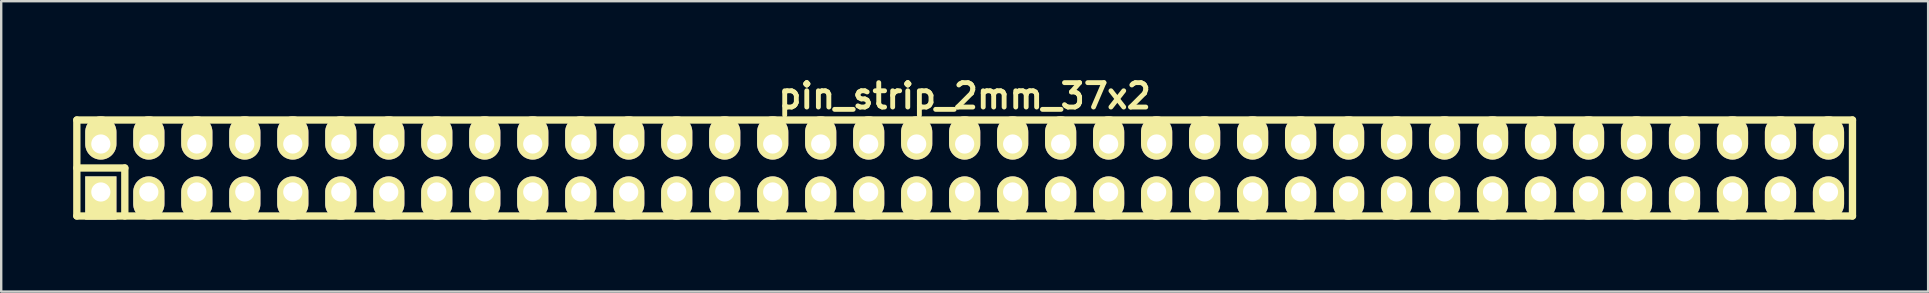
<source format=kicad_pcb>
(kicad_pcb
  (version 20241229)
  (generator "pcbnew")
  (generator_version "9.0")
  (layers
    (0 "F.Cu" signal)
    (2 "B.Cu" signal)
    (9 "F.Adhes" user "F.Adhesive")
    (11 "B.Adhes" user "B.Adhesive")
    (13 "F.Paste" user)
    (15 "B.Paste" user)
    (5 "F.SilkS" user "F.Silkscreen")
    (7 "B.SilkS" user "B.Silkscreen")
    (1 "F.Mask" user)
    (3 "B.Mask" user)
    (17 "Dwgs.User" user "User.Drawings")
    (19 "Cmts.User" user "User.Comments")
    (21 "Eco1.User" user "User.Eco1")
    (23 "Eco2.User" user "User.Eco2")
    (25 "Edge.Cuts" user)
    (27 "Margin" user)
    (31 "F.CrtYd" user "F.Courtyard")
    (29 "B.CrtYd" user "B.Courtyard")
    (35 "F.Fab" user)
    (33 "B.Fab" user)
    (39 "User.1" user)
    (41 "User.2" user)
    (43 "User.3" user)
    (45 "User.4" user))
  (footprint "pin_strip_2mm_37x2"
    (layer "F.Cu")
    (at 37.152 3.951)
    (property "Reference" "pin_strip_2mm_37x2" (at 0 -3 0) (layer "F.SilkS") (effects (font (size 1.016 1.016) (thickness 0.203))))
    (attr through_hole)
    (fp_line (start -37 -2) (end 37 -2) (stroke (width 0.305) (type solid)) (layer "F.SilkS"))
    (fp_line (start -37 0) (end -35 0) (stroke (width 0.305) (type solid)) (layer "F.SilkS"))
    (fp_line (start -37 2) (end -37 -2) (stroke (width 0.305) (type solid)) (layer "F.SilkS"))
    (fp_line (start -35 0) (end -35 2) (stroke (width 0.305) (type solid)) (layer "F.SilkS"))
    (fp_line (start 37 -2) (end 37 2) (stroke (width 0.305) (type solid)) (layer "F.SilkS"))
    (fp_line (start 37 2) (end -37 2) (stroke (width 0.305) (type solid)) (layer "F.SilkS"))
    (pad "1" thru_hole rect (at -36 1) (size 1.3 1.8) (drill 0.8 (offset 0 0.25)) (layers "*.Cu" "*.Mask" "F.SilkS"))
    (pad "2" thru_hole oval (at -36 -1) (size 1.3 1.8) (drill 0.8 (offset 0 -0.25)) (layers "*.Cu" "*.Mask" "F.SilkS"))
    (pad "3" thru_hole oval (at -34 1) (size 1.3 1.8) (drill 0.8 (offset 0 0.25)) (layers "*.Cu" "*.Mask" "F.SilkS"))
    (pad "4" thru_hole oval (at -34 -1) (size 1.3 1.8) (drill 0.8 (offset 0 -0.25)) (layers "*.Cu" "*.Mask" "F.SilkS"))
    (pad "5" thru_hole oval (at -32 1) (size 1.3 1.8) (drill 0.8 (offset 0 0.25)) (layers "*.Cu" "*.Mask" "F.SilkS"))
    (pad "6" thru_hole oval (at -32 -1) (size 1.3 1.8) (drill 0.8 (offset 0 -0.25)) (layers "*.Cu" "*.Mask" "F.SilkS"))
    (pad "7" thru_hole oval (at -30 1) (size 1.3 1.8) (drill 0.8 (offset 0 0.25)) (layers "*.Cu" "*.Mask" "F.SilkS"))
    (pad "8" thru_hole oval (at -30 -1) (size 1.3 1.8) (drill 0.8 (offset 0 -0.25)) (layers "*.Cu" "*.Mask" "F.SilkS"))
    (pad "9" thru_hole oval (at -28 1) (size 1.3 1.8) (drill 0.8 (offset 0 0.25)) (layers "*.Cu" "*.Mask" "F.SilkS"))
    (pad "10" thru_hole oval (at -28 -1) (size 1.3 1.8) (drill 0.8 (offset 0 -0.25)) (layers "*.Cu" "*.Mask" "F.SilkS"))
    (pad "11" thru_hole oval (at -26 1) (size 1.3 1.8) (drill 0.8 (offset 0 0.25)) (layers "*.Cu" "*.Mask" "F.SilkS"))
    (pad "12" thru_hole oval (at -26 -1) (size 1.3 1.8) (drill 0.8 (offset 0 -0.25)) (layers "*.Cu" "*.Mask" "F.SilkS"))
    (pad "13" thru_hole oval (at -24 1) (size 1.3 1.8) (drill 0.8 (offset 0 0.25)) (layers "*.Cu" "*.Mask" "F.SilkS"))
    (pad "14" thru_hole oval (at -24 -1) (size 1.3 1.8) (drill 0.8 (offset 0 -0.25)) (layers "*.Cu" "*.Mask" "F.SilkS"))
    (pad "15" thru_hole oval (at -22 1) (size 1.3 1.8) (drill 0.8 (offset 0 0.25)) (layers "*.Cu" "*.Mask" "F.SilkS"))
    (pad "16" thru_hole oval (at -22 -1) (size 1.3 1.8) (drill 0.8 (offset 0 -0.25)) (layers "*.Cu" "*.Mask" "F.SilkS"))
    (pad "17" thru_hole oval (at -20 1) (size 1.3 1.8) (drill 0.8 (offset 0 0.25)) (layers "*.Cu" "*.Mask" "F.SilkS"))
    (pad "18" thru_hole oval (at -20 -1) (size 1.3 1.8) (drill 0.8 (offset 0 -0.25)) (layers "*.Cu" "*.Mask" "F.SilkS"))
    (pad "19" thru_hole oval (at -18 1) (size 1.3 1.8) (drill 0.8 (offset 0 0.25)) (layers "*.Cu" "*.Mask" "F.SilkS"))
    (pad "20" thru_hole oval (at -18 -1) (size 1.3 1.8) (drill 0.8 (offset 0 -0.25)) (layers "*.Cu" "*.Mask" "F.SilkS"))
    (pad "21" thru_hole oval (at -16 1) (size 1.3 1.8) (drill 0.8 (offset 0 0.25)) (layers "*.Cu" "*.Mask" "F.SilkS"))
    (pad "22" thru_hole oval (at -16 -1) (size 1.3 1.8) (drill 0.8 (offset 0 -0.25)) (layers "*.Cu" "*.Mask" "F.SilkS"))
    (pad "23" thru_hole oval (at -14 1) (size 1.3 1.8) (drill 0.8 (offset 0 0.25)) (layers "*.Cu" "*.Mask" "F.SilkS"))
    (pad "24" thru_hole oval (at -14 -1) (size 1.3 1.8) (drill 0.8 (offset 0 -0.25)) (layers "*.Cu" "*.Mask" "F.SilkS"))
    (pad "25" thru_hole oval (at -12 1) (size 1.3 1.8) (drill 0.8 (offset 0 0.25)) (layers "*.Cu" "*.Mask" "F.SilkS"))
    (pad "26" thru_hole oval (at -12 -1) (size 1.3 1.8) (drill 0.8 (offset 0 -0.25)) (layers "*.Cu" "*.Mask" "F.SilkS"))
    (pad "27" thru_hole oval (at -10 1) (size 1.3 1.8) (drill 0.8 (offset 0 0.25)) (layers "*.Cu" "*.Mask" "F.SilkS"))
    (pad "28" thru_hole oval (at -10 -1) (size 1.3 1.8) (drill 0.8 (offset 0 -0.25)) (layers "*.Cu" "*.Mask" "F.SilkS"))
    (pad "29" thru_hole oval (at -8 1) (size 1.3 1.8) (drill 0.8 (offset 0 0.25)) (layers "*.Cu" "*.Mask" "F.SilkS"))
    (pad "30" thru_hole oval (at -8 -1) (size 1.3 1.8) (drill 0.8 (offset 0 -0.25)) (layers "*.Cu" "*.Mask" "F.SilkS"))
    (pad "31" thru_hole oval (at -6 1) (size 1.3 1.8) (drill 0.8 (offset 0 0.25)) (layers "*.Cu" "*.Mask" "F.SilkS"))
    (pad "32" thru_hole oval (at -6 -1) (size 1.3 1.8) (drill 0.8 (offset 0 -0.25)) (layers "*.Cu" "*.Mask" "F.SilkS"))
    (pad "33" thru_hole oval (at -4 1) (size 1.3 1.8) (drill 0.8 (offset 0 0.25)) (layers "*.Cu" "*.Mask" "F.SilkS"))
    (pad "34" thru_hole oval (at -4 -1) (size 1.3 1.8) (drill 0.8 (offset 0 -0.25)) (layers "*.Cu" "*.Mask" "F.SilkS"))
    (pad "35" thru_hole oval (at -2 1) (size 1.3 1.8) (drill 0.8 (offset 0 0.25)) (layers "*.Cu" "*.Mask" "F.SilkS"))
    (pad "36" thru_hole oval (at -2 -1) (size 1.3 1.8) (drill 0.8 (offset 0 -0.25)) (layers "*.Cu" "*.Mask" "F.SilkS"))
    (pad "37" thru_hole oval (at 0 1) (size 1.3 1.8) (drill 0.8 (offset 0 0.25)) (layers "*.Cu" "*.Mask" "F.SilkS"))
    (pad "38" thru_hole oval (at 0 -1) (size 1.3 1.8) (drill 0.8 (offset 0 -0.25)) (layers "*.Cu" "*.Mask" "F.SilkS"))
    (pad "39" thru_hole oval (at 2 1) (size 1.3 1.8) (drill 0.8 (offset 0 0.25)) (layers "*.Cu" "*.Mask" "F.SilkS"))
    (pad "40" thru_hole oval (at 2 -1) (size 1.3 1.8) (drill 0.8 (offset 0 -0.25)) (layers "*.Cu" "*.Mask" "F.SilkS"))
    (pad "41" thru_hole oval (at 4 1) (size 1.3 1.8) (drill 0.8 (offset 0 0.25)) (layers "*.Cu" "*.Mask" "F.SilkS"))
    (pad "42" thru_hole oval (at 4 -1) (size 1.3 1.8) (drill 0.8 (offset 0 -0.25)) (layers "*.Cu" "*.Mask" "F.SilkS"))
    (pad "43" thru_hole oval (at 6 1) (size 1.3 1.8) (drill 0.8 (offset 0 0.25)) (layers "*.Cu" "*.Mask" "F.SilkS"))
    (pad "44" thru_hole oval (at 6 -1) (size 1.3 1.8) (drill 0.8 (offset 0 -0.25)) (layers "*.Cu" "*.Mask" "F.SilkS"))
    (pad "45" thru_hole oval (at 8 1) (size 1.3 1.8) (drill 0.8 (offset 0 0.25)) (layers "*.Cu" "*.Mask" "F.SilkS"))
    (pad "46" thru_hole oval (at 8 -1) (size 1.3 1.8) (drill 0.8 (offset 0 -0.25)) (layers "*.Cu" "*.Mask" "F.SilkS"))
    (pad "47" thru_hole oval (at 10 1) (size 1.3 1.8) (drill 0.8 (offset 0 0.25)) (layers "*.Cu" "*.Mask" "F.SilkS"))
    (pad "48" thru_hole oval (at 10 -1) (size 1.3 1.8) (drill 0.8 (offset 0 -0.25)) (layers "*.Cu" "*.Mask" "F.SilkS"))
    (pad "49" thru_hole oval (at 12 1) (size 1.3 1.8) (drill 0.8 (offset 0 0.25)) (layers "*.Cu" "*.Mask" "F.SilkS"))
    (pad "50" thru_hole oval (at 12 -1) (size 1.3 1.8) (drill 0.8 (offset 0 -0.25)) (layers "*.Cu" "*.Mask" "F.SilkS"))
    (pad "51" thru_hole oval (at 14 1) (size 1.3 1.8) (drill 0.8 (offset 0 0.25)) (layers "*.Cu" "*.Mask" "F.SilkS"))
    (pad "52" thru_hole oval (at 14 -1) (size 1.3 1.8) (drill 0.8 (offset 0 -0.25)) (layers "*.Cu" "*.Mask" "F.SilkS"))
    (pad "53" thru_hole oval (at 16 1) (size 1.3 1.8) (drill 0.8 (offset 0 0.25)) (layers "*.Cu" "*.Mask" "F.SilkS"))
    (pad "54" thru_hole oval (at 16 -1) (size 1.3 1.8) (drill 0.8 (offset 0 -0.25)) (layers "*.Cu" "*.Mask" "F.SilkS"))
    (pad "55" thru_hole oval (at 18 1) (size 1.3 1.8) (drill 0.8 (offset 0 0.25)) (layers "*.Cu" "*.Mask" "F.SilkS"))
    (pad "56" thru_hole oval (at 18 -1) (size 1.3 1.8) (drill 0.8 (offset 0 -0.25)) (layers "*.Cu" "*.Mask" "F.SilkS"))
    (pad "57" thru_hole oval (at 20 1) (size 1.3 1.8) (drill 0.8 (offset 0 0.25)) (layers "*.Cu" "*.Mask" "F.SilkS"))
    (pad "58" thru_hole oval (at 20 -1) (size 1.3 1.8) (drill 0.8 (offset 0 -0.25)) (layers "*.Cu" "*.Mask" "F.SilkS"))
    (pad "59" thru_hole oval (at 22 1) (size 1.3 1.8) (drill 0.8 (offset 0 0.25)) (layers "*.Cu" "*.Mask" "F.SilkS"))
    (pad "60" thru_hole oval (at 22 -1) (size 1.3 1.8) (drill 0.8 (offset 0 -0.25)) (layers "*.Cu" "*.Mask" "F.SilkS"))
    (pad "61" thru_hole oval (at 24 1) (size 1.3 1.8) (drill 0.8 (offset 0 0.25)) (layers "*.Cu" "*.Mask" "F.SilkS"))
    (pad "62" thru_hole oval (at 24 -1) (size 1.3 1.8) (drill 0.8 (offset 0 -0.25)) (layers "*.Cu" "*.Mask" "F.SilkS"))
    (pad "63" thru_hole oval (at 26 1) (size 1.3 1.8) (drill 0.8 (offset 0 0.25)) (layers "*.Cu" "*.Mask" "F.SilkS"))
    (pad "64" thru_hole oval (at 26 -1) (size 1.3 1.8) (drill 0.8 (offset 0 -0.25)) (layers "*.Cu" "*.Mask" "F.SilkS"))
    (pad "65" thru_hole oval (at 28 1) (size 1.3 1.8) (drill 0.8 (offset 0 0.25)) (layers "*.Cu" "*.Mask" "F.SilkS"))
    (pad "66" thru_hole oval (at 28 -1) (size 1.3 1.8) (drill 0.8 (offset 0 -0.25)) (layers "*.Cu" "*.Mask" "F.SilkS"))
    (pad "67" thru_hole oval (at 30 1) (size 1.3 1.8) (drill 0.8 (offset 0 0.25)) (layers "*.Cu" "*.Mask" "F.SilkS"))
    (pad "68" thru_hole oval (at 30 -1) (size 1.3 1.8) (drill 0.8 (offset 0 -0.25)) (layers "*.Cu" "*.Mask" "F.SilkS"))
    (pad "69" thru_hole oval (at 32 1) (size 1.3 1.8) (drill 0.8 (offset 0 0.25)) (layers "*.Cu" "*.Mask" "F.SilkS"))
    (pad "70" thru_hole oval (at 32 -1) (size 1.3 1.8) (drill 0.8 (offset 0 -0.25)) (layers "*.Cu" "*.Mask" "F.SilkS"))
    (pad "71" thru_hole oval (at 34 1) (size 1.3 1.8) (drill 0.8 (offset 0 0.25)) (layers "*.Cu" "*.Mask" "F.SilkS"))
    (pad "72" thru_hole oval (at 34 -1) (size 1.3 1.8) (drill 0.8 (offset 0 -0.25)) (layers "*.Cu" "*.Mask" "F.SilkS"))
    (pad "73" thru_hole oval (at 36 1) (size 1.3 1.8) (drill 0.8 (offset 0 0.25)) (layers "*.Cu" "*.Mask" "F.SilkS"))
    (pad "74" thru_hole oval (at 36 -1) (size 1.3 1.8) (drill 0.8 (offset 0 -0.25)) (layers "*.Cu" "*.Mask" "F.SilkS")))
  (gr_rect
    (start -3 -3)
    (end 77.305 9.103)
    (stroke (width 0.1) (type default))
    (fill no)
    (layer "Edge.Cuts")))
</source>
